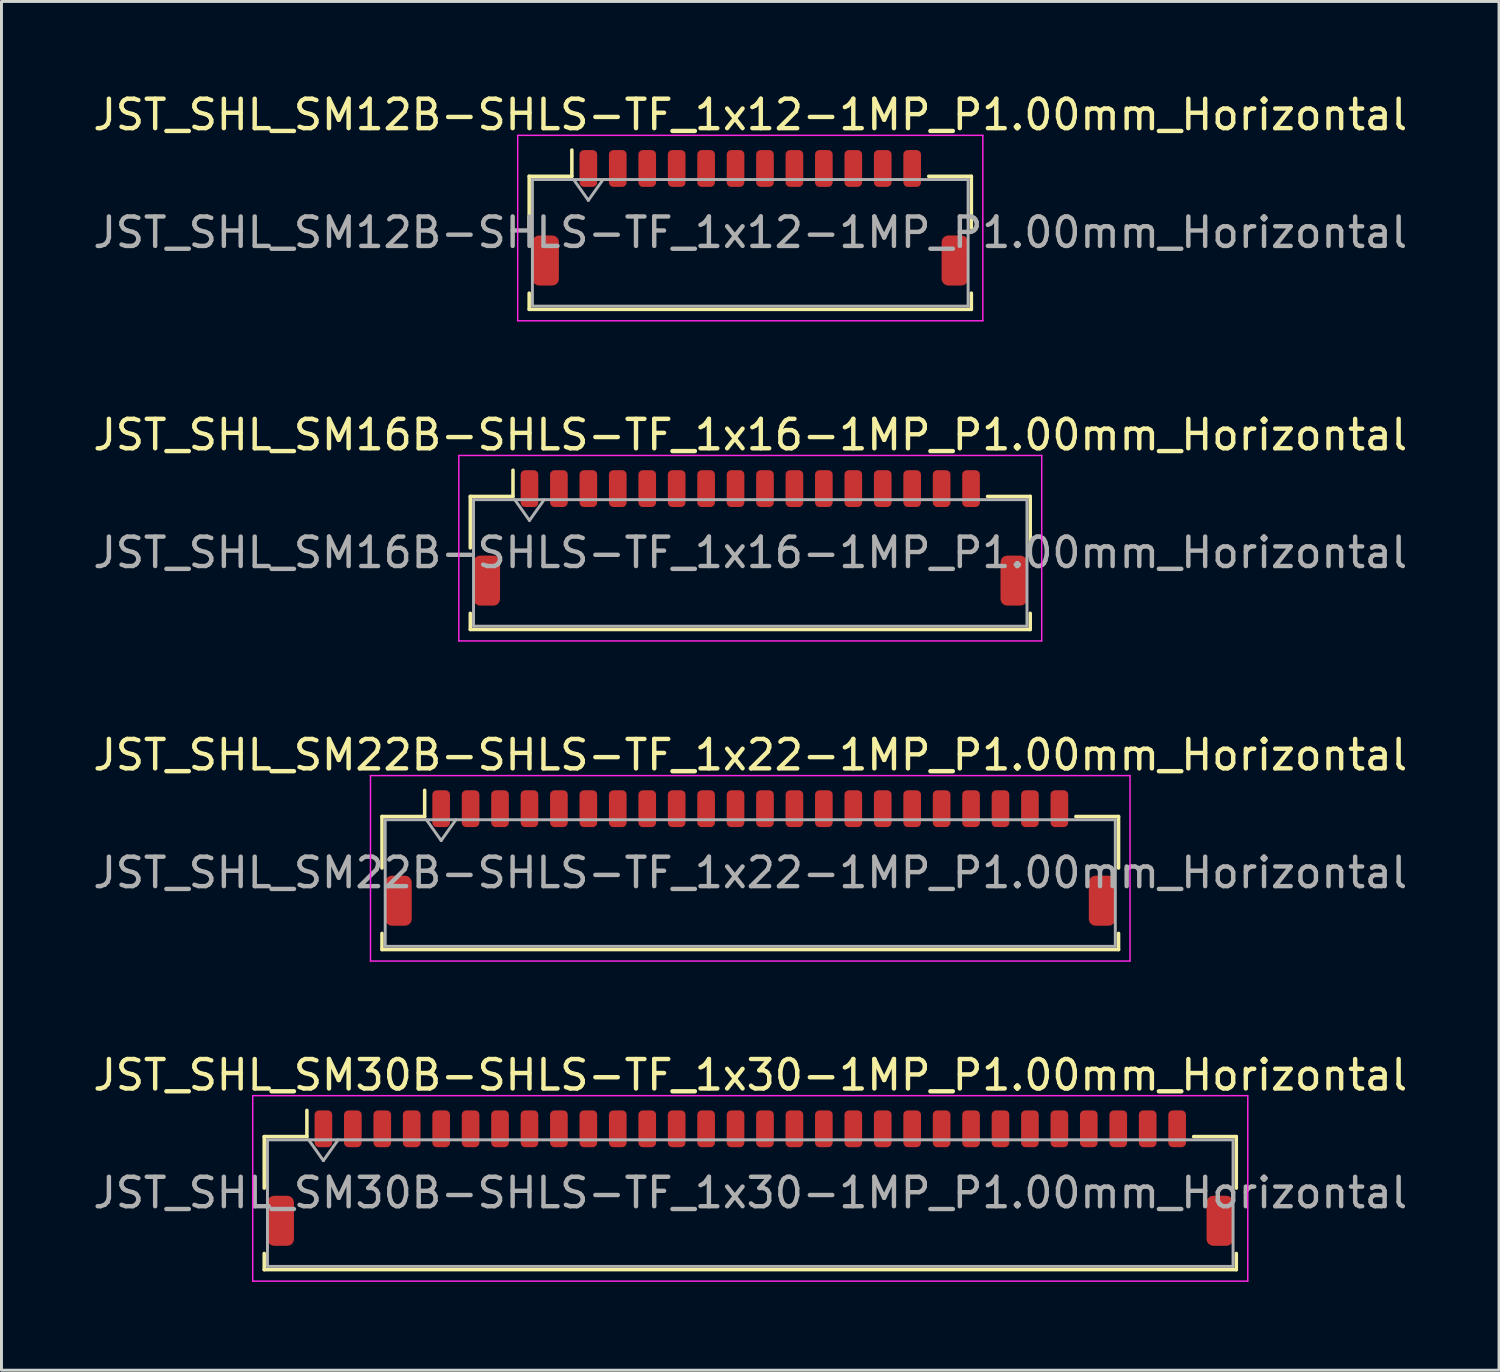
<source format=kicad_pcb>
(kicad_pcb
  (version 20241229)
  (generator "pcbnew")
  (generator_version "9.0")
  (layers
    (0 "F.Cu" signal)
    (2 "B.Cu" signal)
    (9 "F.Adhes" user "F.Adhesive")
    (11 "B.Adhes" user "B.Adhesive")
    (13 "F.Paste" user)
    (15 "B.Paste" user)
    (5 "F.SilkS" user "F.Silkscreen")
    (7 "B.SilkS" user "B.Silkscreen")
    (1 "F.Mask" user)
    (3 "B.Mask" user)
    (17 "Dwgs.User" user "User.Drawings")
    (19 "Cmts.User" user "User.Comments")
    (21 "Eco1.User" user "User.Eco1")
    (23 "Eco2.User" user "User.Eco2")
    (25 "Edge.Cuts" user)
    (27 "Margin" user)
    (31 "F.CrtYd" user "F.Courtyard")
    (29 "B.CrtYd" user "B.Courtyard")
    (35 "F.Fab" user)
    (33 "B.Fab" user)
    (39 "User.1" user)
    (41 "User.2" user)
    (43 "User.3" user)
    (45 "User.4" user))
  (footprint "JST_SHL_SM16B-SHLS-TF_1x16-1MP_P1.00mm_Horizontal"
    (layer "F.Cu")
    (at 22.435 15.222)
    (property "Reference" "JST_SHL_SM16B-SHLS-TF_1x16-1MP_P1.00mm_Horizontal" (at 0 -3.5 0) (layer "F.SilkS") (effects (font (size 1 1) (thickness 0.15))))
    (attr smd)
    (fp_line (start -9.51 -1.41) (end -8.06 -1.41) (stroke (width 0.12) (type solid)) (layer "F.SilkS"))
    (fp_line (start -9.51 0.34) (end -9.51 -1.41) (stroke (width 0.12) (type solid)) (layer "F.SilkS"))
    (fp_line (start -9.51 2.56) (end -9.51 3.11) (stroke (width 0.12) (type solid)) (layer "F.SilkS"))
    (fp_line (start -9.51 3.11) (end 9.51 3.11) (stroke (width 0.12) (type solid)) (layer "F.SilkS"))
    (fp_line (start -8.06 -1.41) (end -8.06 -2.3) (stroke (width 0.12) (type solid)) (layer "F.SilkS"))
    (fp_line (start 9.51 -1.41) (end 8.06 -1.41) (stroke (width 0.12) (type solid)) (layer "F.SilkS"))
    (fp_line (start 9.51 0.34) (end 9.51 -1.41) (stroke (width 0.12) (type solid)) (layer "F.SilkS"))
    (fp_line (start 9.51 3.11) (end 9.51 2.56) (stroke (width 0.12) (type solid)) (layer "F.SilkS"))
    (fp_line (start -9.9 -2.8) (end -9.9 3.5) (stroke (width 0.05) (type solid)) (layer "F.CrtYd"))
    (fp_line (start -9.9 3.5) (end 9.9 3.5) (stroke (width 0.05) (type solid)) (layer "F.CrtYd"))
    (fp_line (start 9.9 -2.8) (end -9.9 -2.8) (stroke (width 0.05) (type solid)) (layer "F.CrtYd"))
    (fp_line (start 9.9 3.5) (end 9.9 -2.8) (stroke (width 0.05) (type solid)) (layer "F.CrtYd"))
    (fp_line (start -9.4 -1.3) (end -9.4 3) (stroke (width 0.1) (type solid)) (layer "F.Fab"))
    (fp_line (start -9.4 -1.3) (end 9.4 -1.3) (stroke (width 0.1) (type solid)) (layer "F.Fab"))
    (fp_line (start -9.4 3) (end 9.4 3) (stroke (width 0.1) (type solid)) (layer "F.Fab"))
    (fp_line (start -8 -1.3) (end -7.5 -0.593) (stroke (width 0.1) (type solid)) (layer "F.Fab"))
    (fp_line (start -7.5 -0.593) (end -7 -1.3) (stroke (width 0.1) (type solid)) (layer "F.Fab"))
    (fp_line (start 9.4 -1.3) (end 9.4 3) (stroke (width 0.1) (type solid)) (layer "F.Fab"))
    (fp_text user "${REFERENCE}" (at 0 0.5 0) (layer "F.Fab") (effects (font (size 1 1) (thickness 0.15))))
    (pad "1" smd roundrect (at -7.5 -1.675) (size 0.6 1.25) (layers "F.Cu" "F.Mask" "F.Paste") (roundrect_rratio 0.25))
    (pad "2" smd roundrect (at -6.5 -1.675) (size 0.6 1.25) (layers "F.Cu" "F.Mask" "F.Paste") (roundrect_rratio 0.25))
    (pad "3" smd roundrect (at -5.5 -1.675) (size 0.6 1.25) (layers "F.Cu" "F.Mask" "F.Paste") (roundrect_rratio 0.25))
    (pad "4" smd roundrect (at -4.5 -1.675) (size 0.6 1.25) (layers "F.Cu" "F.Mask" "F.Paste") (roundrect_rratio 0.25))
    (pad "5" smd roundrect (at -3.5 -1.675) (size 0.6 1.25) (layers "F.Cu" "F.Mask" "F.Paste") (roundrect_rratio 0.25))
    (pad "6" smd roundrect (at -2.5 -1.675) (size 0.6 1.25) (layers "F.Cu" "F.Mask" "F.Paste") (roundrect_rratio 0.25))
    (pad "7" smd roundrect (at -1.5 -1.675) (size 0.6 1.25) (layers "F.Cu" "F.Mask" "F.Paste") (roundrect_rratio 0.25))
    (pad "8" smd roundrect (at -0.5 -1.675) (size 0.6 1.25) (layers "F.Cu" "F.Mask" "F.Paste") (roundrect_rratio 0.25))
    (pad "9" smd roundrect (at 0.5 -1.675) (size 0.6 1.25) (layers "F.Cu" "F.Mask" "F.Paste") (roundrect_rratio 0.25))
    (pad "10" smd roundrect (at 1.5 -1.675) (size 0.6 1.25) (layers "F.Cu" "F.Mask" "F.Paste") (roundrect_rratio 0.25))
    (pad "11" smd roundrect (at 2.5 -1.675) (size 0.6 1.25) (layers "F.Cu" "F.Mask" "F.Paste") (roundrect_rratio 0.25))
    (pad "12" smd roundrect (at 3.5 -1.675) (size 0.6 1.25) (layers "F.Cu" "F.Mask" "F.Paste") (roundrect_rratio 0.25))
    (pad "13" smd roundrect (at 4.5 -1.675) (size 0.6 1.25) (layers "F.Cu" "F.Mask" "F.Paste") (roundrect_rratio 0.25))
    (pad "14" smd roundrect (at 5.5 -1.675) (size 0.6 1.25) (layers "F.Cu" "F.Mask" "F.Paste") (roundrect_rratio 0.25))
    (pad "15" smd roundrect (at 6.5 -1.675) (size 0.6 1.25) (layers "F.Cu" "F.Mask" "F.Paste") (roundrect_rratio 0.25))
    (pad "16" smd roundrect (at 7.5 -1.675) (size 0.6 1.25) (layers "F.Cu" "F.Mask" "F.Paste") (roundrect_rratio 0.25))
    (pad "MP" smd roundrect (at -8.95 1.45) (size 0.9 1.7) (layers "F.Cu" "F.Mask" "F.Paste") (roundrect_rratio 0.25))
    (pad "MP" smd roundrect (at 8.95 1.45) (size 0.9 1.7) (layers "F.Cu" "F.Mask" "F.Paste") (roundrect_rratio 0.25)))
  (footprint "JST_SHL_SM30B-SHLS-TF_1x30-1MP_P1.00mm_Horizontal"
    (layer "F.Cu")
    (at 22.435 36.968)
    (property "Reference" "JST_SHL_SM30B-SHLS-TF_1x30-1MP_P1.00mm_Horizontal" (at 0 -3.5 0) (layer "F.SilkS") (effects (font (size 1 1) (thickness 0.15))))
    (attr smd)
    (fp_line (start -16.51 -1.41) (end -15.06 -1.41) (stroke (width 0.12) (type solid)) (layer "F.SilkS"))
    (fp_line (start -16.51 0.34) (end -16.51 -1.41) (stroke (width 0.12) (type solid)) (layer "F.SilkS"))
    (fp_line (start -16.51 2.56) (end -16.51 3.11) (stroke (width 0.12) (type solid)) (layer "F.SilkS"))
    (fp_line (start -16.51 3.11) (end 16.51 3.11) (stroke (width 0.12) (type solid)) (layer "F.SilkS"))
    (fp_line (start -15.06 -1.41) (end -15.06 -2.3) (stroke (width 0.12) (type solid)) (layer "F.SilkS"))
    (fp_line (start 16.51 -1.41) (end 15.06 -1.41) (stroke (width 0.12) (type solid)) (layer "F.SilkS"))
    (fp_line (start 16.51 0.34) (end 16.51 -1.41) (stroke (width 0.12) (type solid)) (layer "F.SilkS"))
    (fp_line (start 16.51 3.11) (end 16.51 2.56) (stroke (width 0.12) (type solid)) (layer "F.SilkS"))
    (fp_line (start -16.9 -2.8) (end -16.9 3.5) (stroke (width 0.05) (type solid)) (layer "F.CrtYd"))
    (fp_line (start -16.9 3.5) (end 16.9 3.5) (stroke (width 0.05) (type solid)) (layer "F.CrtYd"))
    (fp_line (start 16.9 -2.8) (end -16.9 -2.8) (stroke (width 0.05) (type solid)) (layer "F.CrtYd"))
    (fp_line (start 16.9 3.5) (end 16.9 -2.8) (stroke (width 0.05) (type solid)) (layer "F.CrtYd"))
    (fp_line (start -16.4 -1.3) (end -16.4 3) (stroke (width 0.1) (type solid)) (layer "F.Fab"))
    (fp_line (start -16.4 -1.3) (end 16.4 -1.3) (stroke (width 0.1) (type solid)) (layer "F.Fab"))
    (fp_line (start -16.4 3) (end 16.4 3) (stroke (width 0.1) (type solid)) (layer "F.Fab"))
    (fp_line (start -15 -1.3) (end -14.5 -0.593) (stroke (width 0.1) (type solid)) (layer "F.Fab"))
    (fp_line (start -14.5 -0.593) (end -14 -1.3) (stroke (width 0.1) (type solid)) (layer "F.Fab"))
    (fp_line (start 16.4 -1.3) (end 16.4 3) (stroke (width 0.1) (type solid)) (layer "F.Fab"))
    (fp_text user "${REFERENCE}" (at 0 0.5 0) (layer "F.Fab") (effects (font (size 1 1) (thickness 0.15))))
    (pad "1" smd roundrect (at -14.5 -1.675) (size 0.6 1.25) (layers "F.Cu" "F.Mask" "F.Paste") (roundrect_rratio 0.25))
    (pad "2" smd roundrect (at -13.5 -1.675) (size 0.6 1.25) (layers "F.Cu" "F.Mask" "F.Paste") (roundrect_rratio 0.25))
    (pad "3" smd roundrect (at -12.5 -1.675) (size 0.6 1.25) (layers "F.Cu" "F.Mask" "F.Paste") (roundrect_rratio 0.25))
    (pad "4" smd roundrect (at -11.5 -1.675) (size 0.6 1.25) (layers "F.Cu" "F.Mask" "F.Paste") (roundrect_rratio 0.25))
    (pad "5" smd roundrect (at -10.5 -1.675) (size 0.6 1.25) (layers "F.Cu" "F.Mask" "F.Paste") (roundrect_rratio 0.25))
    (pad "6" smd roundrect (at -9.5 -1.675) (size 0.6 1.25) (layers "F.Cu" "F.Mask" "F.Paste") (roundrect_rratio 0.25))
    (pad "7" smd roundrect (at -8.5 -1.675) (size 0.6 1.25) (layers "F.Cu" "F.Mask" "F.Paste") (roundrect_rratio 0.25))
    (pad "8" smd roundrect (at -7.5 -1.675) (size 0.6 1.25) (layers "F.Cu" "F.Mask" "F.Paste") (roundrect_rratio 0.25))
    (pad "9" smd roundrect (at -6.5 -1.675) (size 0.6 1.25) (layers "F.Cu" "F.Mask" "F.Paste") (roundrect_rratio 0.25))
    (pad "10" smd roundrect (at -5.5 -1.675) (size 0.6 1.25) (layers "F.Cu" "F.Mask" "F.Paste") (roundrect_rratio 0.25))
    (pad "11" smd roundrect (at -4.5 -1.675) (size 0.6 1.25) (layers "F.Cu" "F.Mask" "F.Paste") (roundrect_rratio 0.25))
    (pad "12" smd roundrect (at -3.5 -1.675) (size 0.6 1.25) (layers "F.Cu" "F.Mask" "F.Paste") (roundrect_rratio 0.25))
    (pad "13" smd roundrect (at -2.5 -1.675) (size 0.6 1.25) (layers "F.Cu" "F.Mask" "F.Paste") (roundrect_rratio 0.25))
    (pad "14" smd roundrect (at -1.5 -1.675) (size 0.6 1.25) (layers "F.Cu" "F.Mask" "F.Paste") (roundrect_rratio 0.25))
    (pad "15" smd roundrect (at -0.5 -1.675) (size 0.6 1.25) (layers "F.Cu" "F.Mask" "F.Paste") (roundrect_rratio 0.25))
    (pad "16" smd roundrect (at 0.5 -1.675) (size 0.6 1.25) (layers "F.Cu" "F.Mask" "F.Paste") (roundrect_rratio 0.25))
    (pad "17" smd roundrect (at 1.5 -1.675) (size 0.6 1.25) (layers "F.Cu" "F.Mask" "F.Paste") (roundrect_rratio 0.25))
    (pad "18" smd roundrect (at 2.5 -1.675) (size 0.6 1.25) (layers "F.Cu" "F.Mask" "F.Paste") (roundrect_rratio 0.25))
    (pad "19" smd roundrect (at 3.5 -1.675) (size 0.6 1.25) (layers "F.Cu" "F.Mask" "F.Paste") (roundrect_rratio 0.25))
    (pad "20" smd roundrect (at 4.5 -1.675) (size 0.6 1.25) (layers "F.Cu" "F.Mask" "F.Paste") (roundrect_rratio 0.25))
    (pad "21" smd roundrect (at 5.5 -1.675) (size 0.6 1.25) (layers "F.Cu" "F.Mask" "F.Paste") (roundrect_rratio 0.25))
    (pad "22" smd roundrect (at 6.5 -1.675) (size 0.6 1.25) (layers "F.Cu" "F.Mask" "F.Paste") (roundrect_rratio 0.25))
    (pad "23" smd roundrect (at 7.5 -1.675) (size 0.6 1.25) (layers "F.Cu" "F.Mask" "F.Paste") (roundrect_rratio 0.25))
    (pad "24" smd roundrect (at 8.5 -1.675) (size 0.6 1.25) (layers "F.Cu" "F.Mask" "F.Paste") (roundrect_rratio 0.25))
    (pad "25" smd roundrect (at 9.5 -1.675) (size 0.6 1.25) (layers "F.Cu" "F.Mask" "F.Paste") (roundrect_rratio 0.25))
    (pad "26" smd roundrect (at 10.5 -1.675) (size 0.6 1.25) (layers "F.Cu" "F.Mask" "F.Paste") (roundrect_rratio 0.25))
    (pad "27" smd roundrect (at 11.5 -1.675) (size 0.6 1.25) (layers "F.Cu" "F.Mask" "F.Paste") (roundrect_rratio 0.25))
    (pad "28" smd roundrect (at 12.5 -1.675) (size 0.6 1.25) (layers "F.Cu" "F.Mask" "F.Paste") (roundrect_rratio 0.25))
    (pad "29" smd roundrect (at 13.5 -1.675) (size 0.6 1.25) (layers "F.Cu" "F.Mask" "F.Paste") (roundrect_rratio 0.25))
    (pad "30" smd roundrect (at 14.5 -1.675) (size 0.6 1.25) (layers "F.Cu" "F.Mask" "F.Paste") (roundrect_rratio 0.25))
    (pad "MP" smd roundrect (at -15.95 1.45) (size 0.9 1.7) (layers "F.Cu" "F.Mask" "F.Paste") (roundrect_rratio 0.25))
    (pad "MP" smd roundrect (at 15.95 1.45) (size 0.9 1.7) (layers "F.Cu" "F.Mask" "F.Paste") (roundrect_rratio 0.25)))
  (footprint "JST_SHL_SM12B-SHLS-TF_1x12-1MP_P1.00mm_Horizontal"
    (layer "F.Cu")
    (at 22.435 4.348)
    (property "Reference" "JST_SHL_SM12B-SHLS-TF_1x12-1MP_P1.00mm_Horizontal" (at 0 -3.5 0) (layer "F.SilkS") (effects (font (size 1 1) (thickness 0.15))))
    (attr smd)
    (fp_line (start -7.51 -1.41) (end -6.06 -1.41) (stroke (width 0.12) (type solid)) (layer "F.SilkS"))
    (fp_line (start -7.51 0.34) (end -7.51 -1.41) (stroke (width 0.12) (type solid)) (layer "F.SilkS"))
    (fp_line (start -7.51 2.56) (end -7.51 3.11) (stroke (width 0.12) (type solid)) (layer "F.SilkS"))
    (fp_line (start -7.51 3.11) (end 7.51 3.11) (stroke (width 0.12) (type solid)) (layer "F.SilkS"))
    (fp_line (start -6.06 -1.41) (end -6.06 -2.3) (stroke (width 0.12) (type solid)) (layer "F.SilkS"))
    (fp_line (start 7.51 -1.41) (end 6.06 -1.41) (stroke (width 0.12) (type solid)) (layer "F.SilkS"))
    (fp_line (start 7.51 0.34) (end 7.51 -1.41) (stroke (width 0.12) (type solid)) (layer "F.SilkS"))
    (fp_line (start 7.51 3.11) (end 7.51 2.56) (stroke (width 0.12) (type solid)) (layer "F.SilkS"))
    (fp_line (start -7.9 -2.8) (end -7.9 3.5) (stroke (width 0.05) (type solid)) (layer "F.CrtYd"))
    (fp_line (start -7.9 3.5) (end 7.9 3.5) (stroke (width 0.05) (type solid)) (layer "F.CrtYd"))
    (fp_line (start 7.9 -2.8) (end -7.9 -2.8) (stroke (width 0.05) (type solid)) (layer "F.CrtYd"))
    (fp_line (start 7.9 3.5) (end 7.9 -2.8) (stroke (width 0.05) (type solid)) (layer "F.CrtYd"))
    (fp_line (start -7.4 -1.3) (end -7.4 3) (stroke (width 0.1) (type solid)) (layer "F.Fab"))
    (fp_line (start -7.4 -1.3) (end 7.4 -1.3) (stroke (width 0.1) (type solid)) (layer "F.Fab"))
    (fp_line (start -7.4 3) (end 7.4 3) (stroke (width 0.1) (type solid)) (layer "F.Fab"))
    (fp_line (start -6 -1.3) (end -5.5 -0.593) (stroke (width 0.1) (type solid)) (layer "F.Fab"))
    (fp_line (start -5.5 -0.593) (end -5 -1.3) (stroke (width 0.1) (type solid)) (layer "F.Fab"))
    (fp_line (start 7.4 -1.3) (end 7.4 3) (stroke (width 0.1) (type solid)) (layer "F.Fab"))
    (fp_text user "${REFERENCE}" (at 0 0.5 0) (layer "F.Fab") (effects (font (size 1 1) (thickness 0.15))))
    (pad "1" smd roundrect (at -5.5 -1.675) (size 0.6 1.25) (layers "F.Cu" "F.Mask" "F.Paste") (roundrect_rratio 0.25))
    (pad "2" smd roundrect (at -4.5 -1.675) (size 0.6 1.25) (layers "F.Cu" "F.Mask" "F.Paste") (roundrect_rratio 0.25))
    (pad "3" smd roundrect (at -3.5 -1.675) (size 0.6 1.25) (layers "F.Cu" "F.Mask" "F.Paste") (roundrect_rratio 0.25))
    (pad "4" smd roundrect (at -2.5 -1.675) (size 0.6 1.25) (layers "F.Cu" "F.Mask" "F.Paste") (roundrect_rratio 0.25))
    (pad "5" smd roundrect (at -1.5 -1.675) (size 0.6 1.25) (layers "F.Cu" "F.Mask" "F.Paste") (roundrect_rratio 0.25))
    (pad "6" smd roundrect (at -0.5 -1.675) (size 0.6 1.25) (layers "F.Cu" "F.Mask" "F.Paste") (roundrect_rratio 0.25))
    (pad "7" smd roundrect (at 0.5 -1.675) (size 0.6 1.25) (layers "F.Cu" "F.Mask" "F.Paste") (roundrect_rratio 0.25))
    (pad "8" smd roundrect (at 1.5 -1.675) (size 0.6 1.25) (layers "F.Cu" "F.Mask" "F.Paste") (roundrect_rratio 0.25))
    (pad "9" smd roundrect (at 2.5 -1.675) (size 0.6 1.25) (layers "F.Cu" "F.Mask" "F.Paste") (roundrect_rratio 0.25))
    (pad "10" smd roundrect (at 3.5 -1.675) (size 0.6 1.25) (layers "F.Cu" "F.Mask" "F.Paste") (roundrect_rratio 0.25))
    (pad "11" smd roundrect (at 4.5 -1.675) (size 0.6 1.25) (layers "F.Cu" "F.Mask" "F.Paste") (roundrect_rratio 0.25))
    (pad "12" smd roundrect (at 5.5 -1.675) (size 0.6 1.25) (layers "F.Cu" "F.Mask" "F.Paste") (roundrect_rratio 0.25))
    (pad "MP" smd roundrect (at -6.95 1.45) (size 0.9 1.7) (layers "F.Cu" "F.Mask" "F.Paste") (roundrect_rratio 0.25))
    (pad "MP" smd roundrect (at 6.95 1.45) (size 0.9 1.7) (layers "F.Cu" "F.Mask" "F.Paste") (roundrect_rratio 0.25)))
  (footprint "JST_SHL_SM22B-SHLS-TF_1x22-1MP_P1.00mm_Horizontal"
    (layer "F.Cu")
    (at 22.435 26.095)
    (property "Reference" "JST_SHL_SM22B-SHLS-TF_1x22-1MP_P1.00mm_Horizontal" (at 0 -3.5 0) (layer "F.SilkS") (effects (font (size 1 1) (thickness 0.15))))
    (attr smd)
    (fp_line (start -12.51 -1.41) (end -11.06 -1.41) (stroke (width 0.12) (type solid)) (layer "F.SilkS"))
    (fp_line (start -12.51 0.34) (end -12.51 -1.41) (stroke (width 0.12) (type solid)) (layer "F.SilkS"))
    (fp_line (start -12.51 2.56) (end -12.51 3.11) (stroke (width 0.12) (type solid)) (layer "F.SilkS"))
    (fp_line (start -12.51 3.11) (end 12.51 3.11) (stroke (width 0.12) (type solid)) (layer "F.SilkS"))
    (fp_line (start -11.06 -1.41) (end -11.06 -2.3) (stroke (width 0.12) (type solid)) (layer "F.SilkS"))
    (fp_line (start 12.51 -1.41) (end 11.06 -1.41) (stroke (width 0.12) (type solid)) (layer "F.SilkS"))
    (fp_line (start 12.51 0.34) (end 12.51 -1.41) (stroke (width 0.12) (type solid)) (layer "F.SilkS"))
    (fp_line (start 12.51 3.11) (end 12.51 2.56) (stroke (width 0.12) (type solid)) (layer "F.SilkS"))
    (fp_line (start -12.9 -2.8) (end -12.9 3.5) (stroke (width 0.05) (type solid)) (layer "F.CrtYd"))
    (fp_line (start -12.9 3.5) (end 12.9 3.5) (stroke (width 0.05) (type solid)) (layer "F.CrtYd"))
    (fp_line (start 12.9 -2.8) (end -12.9 -2.8) (stroke (width 0.05) (type solid)) (layer "F.CrtYd"))
    (fp_line (start 12.9 3.5) (end 12.9 -2.8) (stroke (width 0.05) (type solid)) (layer "F.CrtYd"))
    (fp_line (start -12.4 -1.3) (end -12.4 3) (stroke (width 0.1) (type solid)) (layer "F.Fab"))
    (fp_line (start -12.4 -1.3) (end 12.4 -1.3) (stroke (width 0.1) (type solid)) (layer "F.Fab"))
    (fp_line (start -12.4 3) (end 12.4 3) (stroke (width 0.1) (type solid)) (layer "F.Fab"))
    (fp_line (start -11 -1.3) (end -10.5 -0.593) (stroke (width 0.1) (type solid)) (layer "F.Fab"))
    (fp_line (start -10.5 -0.593) (end -10 -1.3) (stroke (width 0.1) (type solid)) (layer "F.Fab"))
    (fp_line (start 12.4 -1.3) (end 12.4 3) (stroke (width 0.1) (type solid)) (layer "F.Fab"))
    (fp_text user "${REFERENCE}" (at 0 0.5 0) (layer "F.Fab") (effects (font (size 1 1) (thickness 0.15))))
    (pad "1" smd roundrect (at -10.5 -1.675) (size 0.6 1.25) (layers "F.Cu" "F.Mask" "F.Paste") (roundrect_rratio 0.25))
    (pad "2" smd roundrect (at -9.5 -1.675) (size 0.6 1.25) (layers "F.Cu" "F.Mask" "F.Paste") (roundrect_rratio 0.25))
    (pad "3" smd roundrect (at -8.5 -1.675) (size 0.6 1.25) (layers "F.Cu" "F.Mask" "F.Paste") (roundrect_rratio 0.25))
    (pad "4" smd roundrect (at -7.5 -1.675) (size 0.6 1.25) (layers "F.Cu" "F.Mask" "F.Paste") (roundrect_rratio 0.25))
    (pad "5" smd roundrect (at -6.5 -1.675) (size 0.6 1.25) (layers "F.Cu" "F.Mask" "F.Paste") (roundrect_rratio 0.25))
    (pad "6" smd roundrect (at -5.5 -1.675) (size 0.6 1.25) (layers "F.Cu" "F.Mask" "F.Paste") (roundrect_rratio 0.25))
    (pad "7" smd roundrect (at -4.5 -1.675) (size 0.6 1.25) (layers "F.Cu" "F.Mask" "F.Paste") (roundrect_rratio 0.25))
    (pad "8" smd roundrect (at -3.5 -1.675) (size 0.6 1.25) (layers "F.Cu" "F.Mask" "F.Paste") (roundrect_rratio 0.25))
    (pad "9" smd roundrect (at -2.5 -1.675) (size 0.6 1.25) (layers "F.Cu" "F.Mask" "F.Paste") (roundrect_rratio 0.25))
    (pad "10" smd roundrect (at -1.5 -1.675) (size 0.6 1.25) (layers "F.Cu" "F.Mask" "F.Paste") (roundrect_rratio 0.25))
    (pad "11" smd roundrect (at -0.5 -1.675) (size 0.6 1.25) (layers "F.Cu" "F.Mask" "F.Paste") (roundrect_rratio 0.25))
    (pad "12" smd roundrect (at 0.5 -1.675) (size 0.6 1.25) (layers "F.Cu" "F.Mask" "F.Paste") (roundrect_rratio 0.25))
    (pad "13" smd roundrect (at 1.5 -1.675) (size 0.6 1.25) (layers "F.Cu" "F.Mask" "F.Paste") (roundrect_rratio 0.25))
    (pad "14" smd roundrect (at 2.5 -1.675) (size 0.6 1.25) (layers "F.Cu" "F.Mask" "F.Paste") (roundrect_rratio 0.25))
    (pad "15" smd roundrect (at 3.5 -1.675) (size 0.6 1.25) (layers "F.Cu" "F.Mask" "F.Paste") (roundrect_rratio 0.25))
    (pad "16" smd roundrect (at 4.5 -1.675) (size 0.6 1.25) (layers "F.Cu" "F.Mask" "F.Paste") (roundrect_rratio 0.25))
    (pad "17" smd roundrect (at 5.5 -1.675) (size 0.6 1.25) (layers "F.Cu" "F.Mask" "F.Paste") (roundrect_rratio 0.25))
    (pad "18" smd roundrect (at 6.5 -1.675) (size 0.6 1.25) (layers "F.Cu" "F.Mask" "F.Paste") (roundrect_rratio 0.25))
    (pad "19" smd roundrect (at 7.5 -1.675) (size 0.6 1.25) (layers "F.Cu" "F.Mask" "F.Paste") (roundrect_rratio 0.25))
    (pad "20" smd roundrect (at 8.5 -1.675) (size 0.6 1.25) (layers "F.Cu" "F.Mask" "F.Paste") (roundrect_rratio 0.25))
    (pad "21" smd roundrect (at 9.5 -1.675) (size 0.6 1.25) (layers "F.Cu" "F.Mask" "F.Paste") (roundrect_rratio 0.25))
    (pad "22" smd roundrect (at 10.5 -1.675) (size 0.6 1.25) (layers "F.Cu" "F.Mask" "F.Paste") (roundrect_rratio 0.25))
    (pad "MP" smd roundrect (at -11.95 1.45) (size 0.9 1.7) (layers "F.Cu" "F.Mask" "F.Paste") (roundrect_rratio 0.25))
    (pad "MP" smd roundrect (at 11.95 1.45) (size 0.9 1.7) (layers "F.Cu" "F.Mask" "F.Paste") (roundrect_rratio 0.25)))
  (gr_rect
    (start -3 -3)
    (end 47.869 43.493)
    (stroke (width 0.1) (type default))
    (fill no)
    (layer "Edge.Cuts")))
</source>
